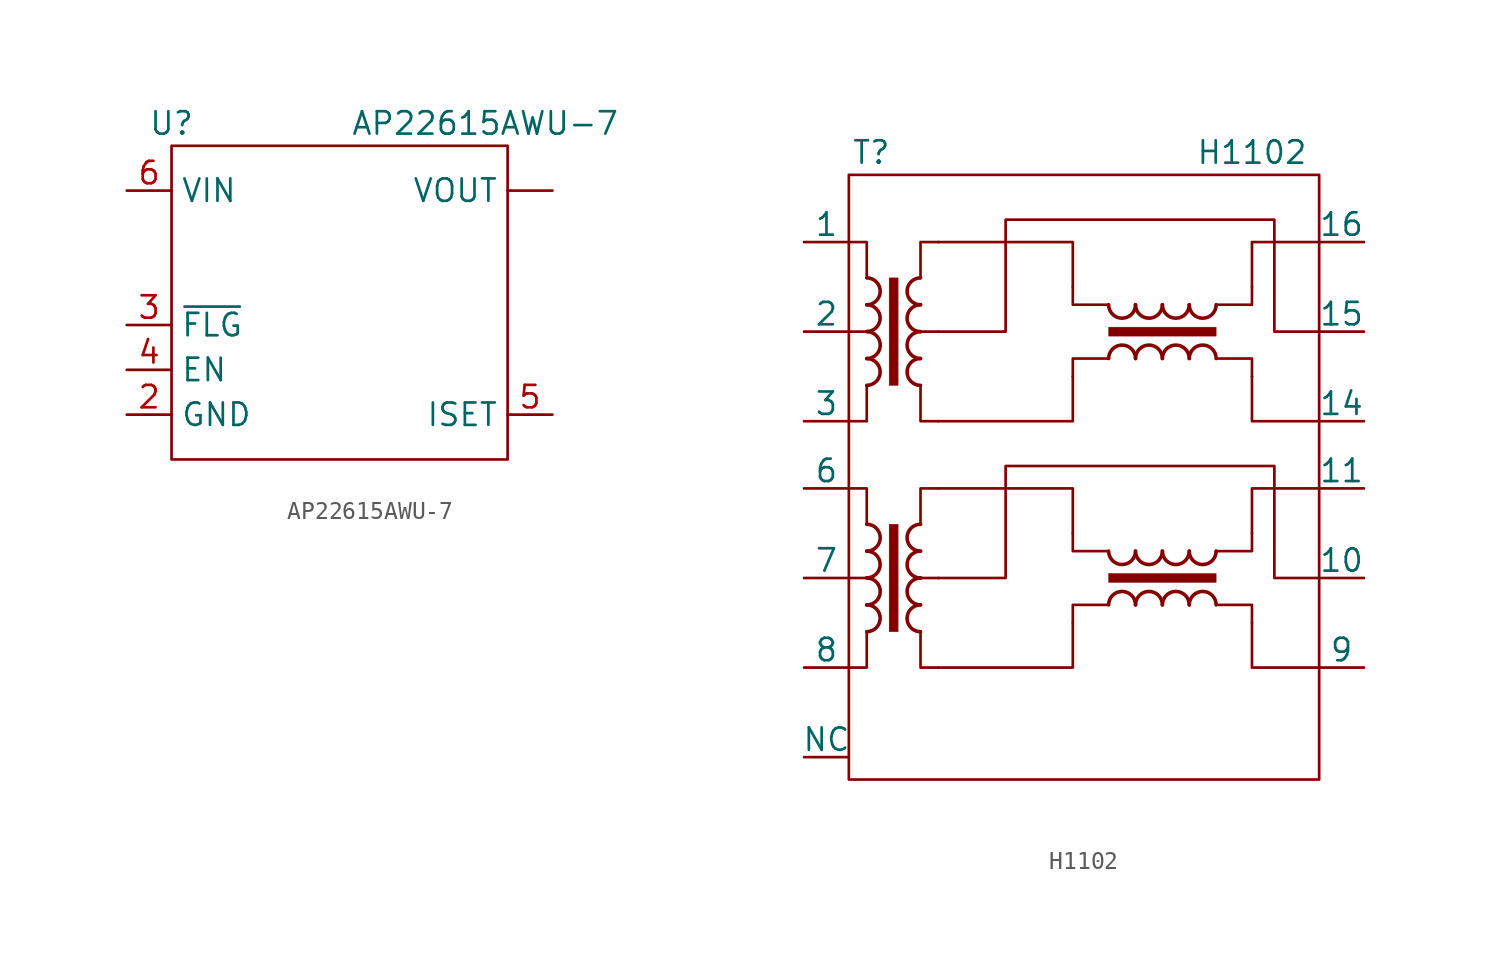
<source format=kicad_sym>
(kicad_symbol_lib
  (version 20211014)
  (generator kicad_symbol_editor)
  (symbol "AP22615AWU-7"
    (property "Reference" "U"
      (at -8.89 7.62 0)
      (effects (font (size 1.27 1.27))))
    (property "Value" "AP22615AWU-7"
      (at 8.89 7.62 0)
      (effects (font (size 1.27 1.27))))
    (symbol "AP22615AWU-7_0_1"
      (rectangle (start -8.89 6.35) (end 10.16 -11.43) (stroke (width 0) (type default) (color 0 0 0 0)) (fill (type none))))
    (symbol "AP22615AWU-7_1_1"
      (pin power_out line (at 12.7 3.81 180) (length 2.54) (name "VOUT" (effects (font (size 1.27 1.27)))) (number "" (effects (font (size 1.27 1.27)))))
      (pin power_in line (at -11.43 -8.89 0) (length 2.54) (name "GND" (effects (font (size 1.27 1.27)))) (number "2" (effects (font (size 1.27 1.27)))))
      (pin open_collector line (at -11.43 -3.81 0) (length 2.54) (name "~{FLG}" (effects (font (size 1.27 1.27)))) (number "3" (effects (font (size 1.27 1.27)))))
      (pin input line (at -11.43 -6.35 0) (length 2.54) (name "EN" (effects (font (size 1.27 1.27)))) (number "4" (effects (font (size 1.27 1.27)))))
      (pin passive line (at 12.7 -8.89 180) (length 2.54) (name "ISET" (effects (font (size 1.27 1.27)))) (number "5" (effects (font (size 1.27 1.27)))))
      (pin power_in line (at -11.43 3.81 0) (length 2.54) (name "VIN" (effects (font (size 1.27 1.27)))) (number "6" (effects (font (size 1.27 1.27)))))))
  (symbol "H1102"
    (pin_numbers hide)
    (pin_names
      (offset 0))
    (property "Reference" "T"
      (at 20.32 -2.54 0)
      (effects (font (size 1.27 1.27))))
    (property "Value" "H1102"
      (at 41.91 -2.54 0)
      (effects (font (size 1.27 1.27))))
    (symbol "H1102_0_0"
      (pin passive line (at 16.51 -7.62 0) (length 2.54) (name "1" (effects (font (size 1.27 1.27)))) (number "1" (effects (font (size 1.27 1.27)))))
      (pin passive line (at 48.26 -26.67 180) (length 2.54) (name "10" (effects (font (size 1.27 1.27)))) (number "10" (effects (font (size 1.27 1.27)))))
      (pin passive line (at 48.26 -21.59 180) (length 2.54) (name "11" (effects (font (size 1.27 1.27)))) (number "11" (effects (font (size 1.27 1.27)))))
      (pin passive line (at 16.51 -36.83 0) (length 2.54) (name "NC" (effects (font (size 1.27 1.27)))) (number "12" (effects (font (size 1.27 1.27)))))
      (pin passive line (at 16.51 -36.83 0) (length 2.54) hide (name "NC" (effects (font (size 1.27 1.27)))) (number "13" (effects (font (size 1.27 1.27)))))
      (pin passive line (at 48.26 -17.78 180) (length 2.54) (name "14" (effects (font (size 1.27 1.27)))) (number "14" (effects (font (size 1.27 1.27)))))
      (pin passive line (at 48.26 -12.7 180) (length 2.54) (name "15" (effects (font (size 1.27 1.27)))) (number "15" (effects (font (size 1.27 1.27)))))
      (pin passive line (at 48.26 -7.62 180) (length 2.54) (name "16" (effects (font (size 1.27 1.27)))) (number "16" (effects (font (size 1.27 1.27)))))
      (pin passive line (at 16.51 -12.7 0) (length 2.54) (name "2" (effects (font (size 1.27 1.27)))) (number "2" (effects (font (size 1.27 1.27)))))
      (pin passive line (at 16.51 -17.78 0) (length 2.54) (name "3" (effects (font (size 1.27 1.27)))) (number "3" (effects (font (size 1.27 1.27)))))
      (pin passive line (at 16.51 -36.83 0) (length 2.54) hide (name "NC" (effects (font (size 1.27 1.27)))) (number "4" (effects (font (size 1.27 1.27)))))
      (pin passive line (at 16.51 -36.83 0) (length 2.54) hide (name "NC" (effects (font (size 1.27 1.27)))) (number "5" (effects (font (size 1.27 1.27)))))
      (pin passive line (at 16.51 -21.59 0) (length 2.54) (name "6" (effects (font (size 1.27 1.27)))) (number "6" (effects (font (size 1.27 1.27)))))
      (pin passive line (at 16.51 -26.67 0) (length 2.54) (name "7" (effects (font (size 1.27 1.27)))) (number "7" (effects (font (size 1.27 1.27)))))
      (pin passive line (at 16.51 -31.75 0) (length 2.54) (name "8" (effects (font (size 1.27 1.27)))) (number "8" (effects (font (size 1.27 1.27)))))
      (pin passive line (at 48.26 -31.75 180) (length 2.54) (name "9" (effects (font (size 1.27 1.27)))) (number "9" (effects (font (size 1.27 1.27))))))
    (symbol "H1102_0_1"
      (polyline (pts (xy 20.066 -26.67) (xy 19.05 -26.67) (xy 19.05 -26.67)) (stroke (width 0) (type default) (color 0 0 0 0)) (fill (type outline)))
      (polyline (pts (xy 20.066 -12.7) (xy 19.05 -12.7) (xy 19.05 -12.7)) (stroke (width 0) (type default) (color 0 0 0 0)) (fill (type outline)))
      (polyline (pts (xy 23.114 -26.67) (xy 24.13 -26.67) (xy 24.13 -26.67)) (stroke (width 0) (type default) (color 0 0 0 0)) (fill (type outline)))
      (polyline (pts (xy 23.114 -12.7) (xy 24.13 -12.7) (xy 24.13 -12.7)) (stroke (width 0) (type default) (color 0 0 0 0)) (fill (type outline)))
      (polyline (pts (xy 24.13 -31.75) (xy 31.75 -31.75) (xy 31.75 -29.21)) (stroke (width 0) (type default) (color 0 0 0 0)) (fill (type none)))
      (polyline (pts (xy 24.13 -21.59) (xy 31.75 -21.59) (xy 31.75 -24.13)) (stroke (width 0) (type default) (color 0 0 0 0)) (fill (type none)))
      (polyline (pts (xy 24.13 -17.78) (xy 31.75 -17.78) (xy 31.75 -15.24)) (stroke (width 0) (type default) (color 0 0 0 0)) (fill (type none)))
      (polyline (pts (xy 24.13 -7.62) (xy 31.75 -7.62) (xy 31.75 -10.16)) (stroke (width 0) (type default) (color 0 0 0 0)) (fill (type none)))
      (polyline (pts (xy 41.91 -29.21) (xy 41.91 -31.75) (xy 45.72 -31.75)) (stroke (width 0) (type default) (color 0 0 0 0)) (fill (type none)))
      (polyline (pts (xy 41.91 -24.13) (xy 41.91 -21.59) (xy 45.72 -21.59)) (stroke (width 0) (type default) (color 0 0 0 0)) (fill (type none)))
      (polyline (pts (xy 41.91 -15.24) (xy 41.91 -17.78) (xy 45.72 -17.78)) (stroke (width 0) (type default) (color 0 0 0 0)) (fill (type none)))
      (polyline (pts (xy 41.91 -10.16) (xy 41.91 -7.62) (xy 45.72 -7.62)) (stroke (width 0) (type default) (color 0 0 0 0)) (fill (type none)))
      (polyline (pts (xy 19.05 -21.59) (xy 20.066 -21.59) (xy 20.066 -23.622) (xy 20.066 -23.622)) (stroke (width 0.152) (type default) (color 0 0 0 0)) (fill (type none)))
      (polyline (pts (xy 19.05 -7.62) (xy 20.066 -7.62) (xy 20.066 -9.652) (xy 20.066 -9.652)) (stroke (width 0.152) (type default) (color 0 0 0 0)) (fill (type none)))
      (polyline (pts (xy 20.066 -29.718) (xy 20.066 -31.75) (xy 19.05 -31.75) (xy 19.05 -31.75)) (stroke (width 0.152) (type default) (color 0 0 0 0)) (fill (type none)))
      (polyline (pts (xy 20.066 -15.748) (xy 20.066 -17.78) (xy 19.05 -17.78) (xy 19.05 -17.78)) (stroke (width 0.152) (type default) (color 0 0 0 0)) (fill (type none)))
      (polyline (pts (xy 23.114 -23.622) (xy 23.114 -21.59) (xy 24.13 -21.59) (xy 24.13 -21.59)) (stroke (width 0.152) (type default) (color 0 0 0 0)) (fill (type none)))
      (polyline (pts (xy 23.114 -9.652) (xy 23.114 -7.62) (xy 24.13 -7.62) (xy 24.13 -7.62)) (stroke (width 0.152) (type default) (color 0 0 0 0)) (fill (type none)))
      (polyline (pts (xy 24.13 -31.75) (xy 23.114 -31.75) (xy 23.114 -29.718) (xy 23.114 -29.718)) (stroke (width 0.152) (type default) (color 0 0 0 0)) (fill (type none)))
      (polyline (pts (xy 24.13 -17.78) (xy 23.114 -17.78) (xy 23.114 -15.748) (xy 23.114 -15.748)) (stroke (width 0.152) (type default) (color 0 0 0 0)) (fill (type none)))
      (polyline (pts (xy 31.75 -29.21) (xy 31.75 -28.194) (xy 33.782 -28.194) (xy 33.782 -28.194)) (stroke (width 0.152) (type default) (color 0 0 0 0)) (fill (type none)))
      (polyline (pts (xy 31.75 -15.24) (xy 31.75 -14.224) (xy 33.782 -14.224) (xy 33.782 -14.224)) (stroke (width 0.152) (type default) (color 0 0 0 0)) (fill (type none)))
      (polyline (pts (xy 33.782 -25.146) (xy 31.75 -25.146) (xy 31.75 -24.13) (xy 31.75 -24.13)) (stroke (width 0.152) (type default) (color 0 0 0 0)) (fill (type none)))
      (polyline (pts (xy 33.782 -11.176) (xy 31.75 -11.176) (xy 31.75 -10.16) (xy 31.75 -10.16)) (stroke (width 0.152) (type default) (color 0 0 0 0)) (fill (type none)))
      (polyline (pts (xy 39.878 -28.194) (xy 41.91 -28.194) (xy 41.91 -29.21) (xy 41.91 -29.21)) (stroke (width 0.152) (type default) (color 0 0 0 0)) (fill (type none)))
      (polyline (pts (xy 39.878 -14.224) (xy 41.91 -14.224) (xy 41.91 -15.24) (xy 41.91 -15.24)) (stroke (width 0.152) (type default) (color 0 0 0 0)) (fill (type none)))
      (polyline (pts (xy 41.91 -24.13) (xy 41.91 -25.146) (xy 39.878 -25.146) (xy 39.878 -25.146)) (stroke (width 0.152) (type default) (color 0 0 0 0)) (fill (type none)))
      (polyline (pts (xy 41.91 -10.16) (xy 41.91 -11.176) (xy 39.878 -11.176) (xy 39.878 -11.176)) (stroke (width 0.152) (type default) (color 0 0 0 0)) (fill (type none)))
      (polyline (pts (xy 24.13 -26.67) (xy 27.94 -26.67) (xy 27.94 -20.32) (xy 43.18 -20.32) (xy 43.18 -26.67) (xy 45.72 -26.67)) (stroke (width 0) (type default) (color 0 0 0 0)) (fill (type none)))
      (polyline (pts (xy 24.13 -12.7) (xy 27.94 -12.7) (xy 27.94 -6.35) (xy 43.18 -6.35) (xy 43.18 -12.7) (xy 45.72 -12.7)) (stroke (width 0) (type default) (color 0 0 0 0)) (fill (type none)))
      (rectangle (start 19.05 -3.81) (end 45.72 -38.1) (stroke (width 0) (type default) (color 0 0 0 0)) (fill (type none)))
      (arc (start 20.066 -29.718) (mid 20.828 -28.956) (end 20.066 -28.194) (stroke (width 0.2032) (type default) (color 0 0 0 0)) (fill (type none)))
      (arc (start 20.066 -28.194) (mid 20.828 -27.432) (end 20.066 -26.67) (stroke (width 0.2032) (type default) (color 0 0 0 0)) (fill (type none)))
      (arc (start 20.066 -26.67) (mid 20.828 -25.908) (end 20.066 -25.146) (stroke (width 0.2032) (type default) (color 0 0 0 0)) (fill (type none)))
      (arc (start 20.066 -25.146) (mid 20.828 -24.384) (end 20.066 -23.622) (stroke (width 0.2032) (type default) (color 0 0 0 0)) (fill (type none)))
      (arc (start 20.066 -15.748) (mid 20.828 -14.986) (end 20.066 -14.224) (stroke (width 0.2032) (type default) (color 0 0 0 0)) (fill (type none)))
      (arc (start 20.066 -14.224) (mid 20.828 -13.462) (end 20.066 -12.7) (stroke (width 0.2032) (type default) (color 0 0 0 0)) (fill (type none)))
      (arc (start 20.066 -12.7) (mid 20.828 -11.938) (end 20.066 -11.176) (stroke (width 0.2032) (type default) (color 0 0 0 0)) (fill (type none)))
      (arc (start 20.066 -11.176) (mid 20.828 -10.414) (end 20.066 -9.652) (stroke (width 0.2032) (type default) (color 0 0 0 0)) (fill (type none)))
      (rectangle (start 21.336 -23.622) (end 21.844 -29.718) (stroke (width 0.025) (type default) (color 0 0 0 0)) (fill (type outline)))
      (rectangle (start 21.336 -9.652) (end 21.844 -15.748) (stroke (width 0.025) (type default) (color 0 0 0 0)) (fill (type outline)))
      (arc (start 23.114 -28.194) (mid 22.352 -28.956) (end 23.114 -29.718) (stroke (width 0.2032) (type default) (color 0 0 0 0)) (fill (type none)))
      (arc (start 23.114 -26.67) (mid 22.352 -27.432) (end 23.114 -28.194) (stroke (width 0.2032) (type default) (color 0 0 0 0)) (fill (type none)))
      (arc (start 23.114 -25.146) (mid 22.352 -25.908) (end 23.114 -26.67) (stroke (width 0.2032) (type default) (color 0 0 0 0)) (fill (type none)))
      (arc (start 23.114 -23.622) (mid 22.352 -24.384) (end 23.114 -25.146) (stroke (width 0.2032) (type default) (color 0 0 0 0)) (fill (type none)))
      (arc (start 23.114 -14.224) (mid 22.352 -14.986) (end 23.114 -15.748) (stroke (width 0.2032) (type default) (color 0 0 0 0)) (fill (type none)))
      (arc (start 23.114 -12.7) (mid 22.352 -13.462) (end 23.114 -14.224) (stroke (width 0.2032) (type default) (color 0 0 0 0)) (fill (type none)))
      (arc (start 23.114 -11.176) (mid 22.352 -11.938) (end 23.114 -12.7) (stroke (width 0.2032) (type default) (color 0 0 0 0)) (fill (type none)))
      (arc (start 23.114 -9.652) (mid 22.352 -10.414) (end 23.114 -11.176) (stroke (width 0.2032) (type default) (color 0 0 0 0)) (fill (type none)))
      (rectangle (start 33.782 -26.924) (end 39.878 -26.416) (stroke (width 0.025) (type default) (color 0 0 0 0)) (fill (type outline)))
      (arc (start 33.782 -25.146) (mid 34.544 -25.908) (end 35.306 -25.146) (stroke (width 0.2032) (type default) (color 0 0 0 0)) (fill (type none)))
      (rectangle (start 33.782 -12.954) (end 39.878 -12.446) (stroke (width 0.025) (type default) (color 0 0 0 0)) (fill (type outline)))
      (arc (start 33.782 -11.176) (mid 34.544 -11.938) (end 35.306 -11.176) (stroke (width 0.2032) (type default) (color 0 0 0 0)) (fill (type none)))
      (arc (start 35.306 -28.194) (mid 34.544 -27.432) (end 33.782 -28.194) (stroke (width 0.2032) (type default) (color 0 0 0 0)) (fill (type none)))
      (arc (start 35.306 -25.146) (mid 36.068 -25.908) (end 36.83 -25.146) (stroke (width 0.2032) (type default) (color 0 0 0 0)) (fill (type none)))
      (arc (start 35.306 -14.224) (mid 34.544 -13.462) (end 33.782 -14.224) (stroke (width 0.2032) (type default) (color 0 0 0 0)) (fill (type none)))
      (arc (start 35.306 -11.176) (mid 36.068 -11.938) (end 36.83 -11.176) (stroke (width 0.2032) (type default) (color 0 0 0 0)) (fill (type none)))
      (arc (start 36.83 -28.194) (mid 36.068 -27.432) (end 35.306 -28.194) (stroke (width 0.2032) (type default) (color 0 0 0 0)) (fill (type none)))
      (arc (start 36.83 -25.146) (mid 37.592 -25.908) (end 38.354 -25.146) (stroke (width 0.2032) (type default) (color 0 0 0 0)) (fill (type none)))
      (arc (start 36.83 -14.224) (mid 36.068 -13.462) (end 35.306 -14.224) (stroke (width 0.2032) (type default) (color 0 0 0 0)) (fill (type none)))
      (arc (start 36.83 -11.176) (mid 37.592 -11.938) (end 38.354 -11.176) (stroke (width 0.2032) (type default) (color 0 0 0 0)) (fill (type none)))
      (arc (start 38.354 -28.194) (mid 37.592 -27.432) (end 36.83 -28.194) (stroke (width 0.2032) (type default) (color 0 0 0 0)) (fill (type none)))
      (arc (start 38.354 -25.146) (mid 39.116 -25.908) (end 39.878 -25.146) (stroke (width 0.2032) (type default) (color 0 0 0 0)) (fill (type none)))
      (arc (start 38.354 -14.224) (mid 37.592 -13.462) (end 36.83 -14.224) (stroke (width 0.2032) (type default) (color 0 0 0 0)) (fill (type none)))
      (arc (start 38.354 -11.176) (mid 39.116 -11.938) (end 39.878 -11.176) (stroke (width 0.2032) (type default) (color 0 0 0 0)) (fill (type none)))
      (arc (start 39.878 -28.194) (mid 39.116 -27.432) (end 38.354 -28.194) (stroke (width 0.2032) (type default) (color 0 0 0 0)) (fill (type none)))
      (arc (start 39.878 -14.224) (mid 39.116 -13.462) (end 38.354 -14.224) (stroke (width 0.2032) (type default) (color 0 0 0 0)) (fill (type none))))))
</source>
